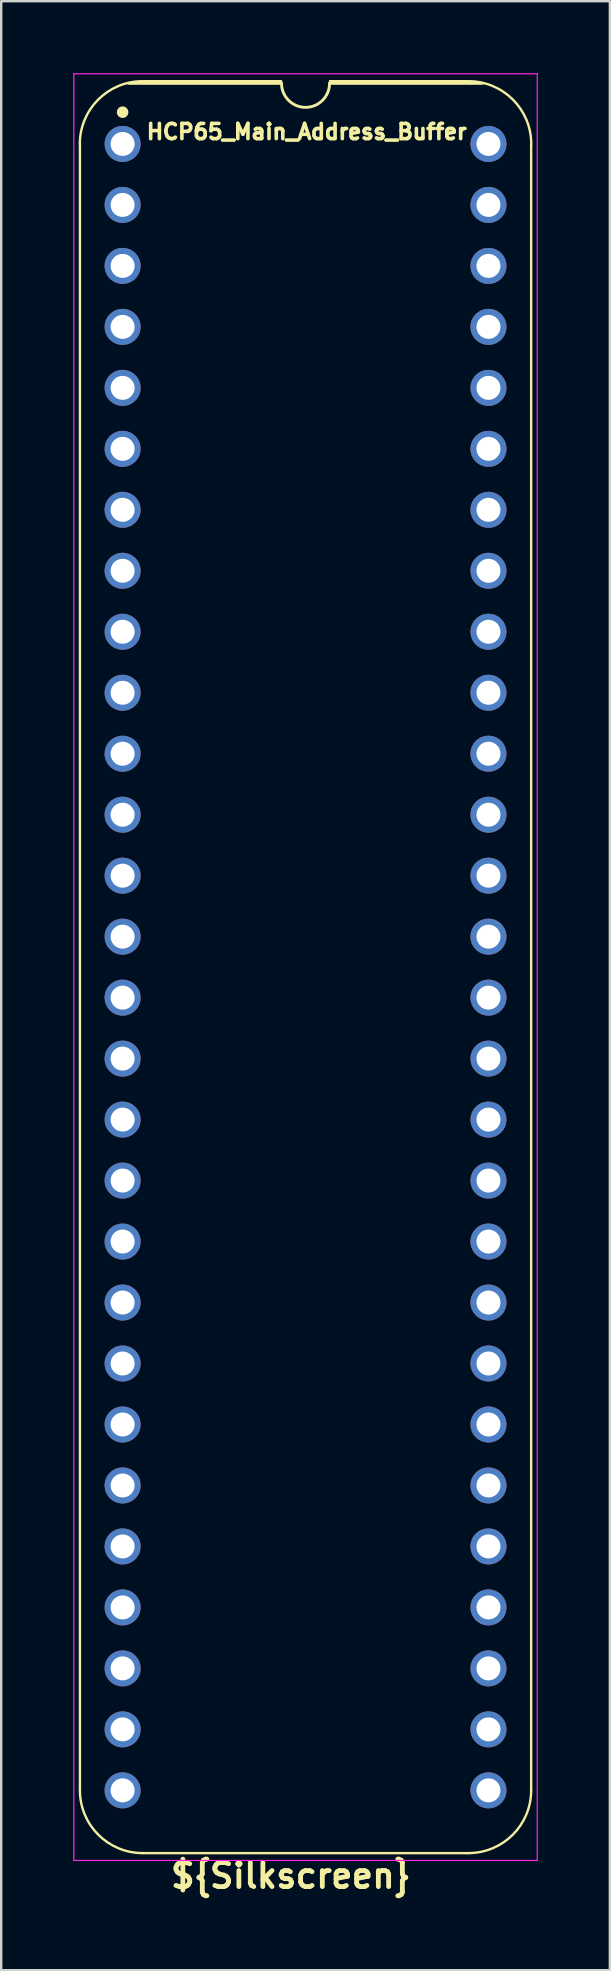
<source format=kicad_pcb>
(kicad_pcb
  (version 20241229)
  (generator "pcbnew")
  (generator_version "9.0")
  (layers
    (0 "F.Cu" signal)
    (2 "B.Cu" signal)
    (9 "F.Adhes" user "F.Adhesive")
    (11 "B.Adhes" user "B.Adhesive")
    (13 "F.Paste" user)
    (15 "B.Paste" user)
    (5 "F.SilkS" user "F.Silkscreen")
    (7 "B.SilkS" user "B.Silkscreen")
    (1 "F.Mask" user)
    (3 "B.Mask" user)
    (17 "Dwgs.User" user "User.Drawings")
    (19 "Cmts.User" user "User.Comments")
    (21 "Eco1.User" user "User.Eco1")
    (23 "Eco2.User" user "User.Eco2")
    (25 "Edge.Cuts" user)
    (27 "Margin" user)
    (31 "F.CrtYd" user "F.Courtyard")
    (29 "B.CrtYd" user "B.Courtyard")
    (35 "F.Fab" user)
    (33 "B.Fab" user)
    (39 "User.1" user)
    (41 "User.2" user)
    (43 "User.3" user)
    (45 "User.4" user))
  (footprint "HCP65_Main_Address_Buffer"
    (layer "F.Cu")
    (at 2.057 2.946)
    (property "Reference" "HCP65_Main_Address_Buffer" (at 7.671 -0.508 0) (layer "F.SilkS") (effects (font (size 0.635 0.635) (thickness 0.15))))
    (property "Silkscreen" "${Silkscreen}" (at 7.01 72.136 0) (layer "F.SilkS") (effects (font (size 1 1) (thickness 0.2))))
    (attr through_hole)
    (fp_line (start -1.778 68.58) (end -1.778 0) (stroke (width 0.1) (type solid)) (layer "F.SilkS"))
    (fp_line (start 0.832 -2.614) (end 6.604 -2.614) (stroke (width 0.1) (type solid)) (layer "F.SilkS"))
    (fp_line (start 6.62 -2.524) (end 0.254 -2.524) (stroke (width 0.12) (type solid)) (layer "F.SilkS"))
    (fp_line (start 8.636 -2.614) (end 14.408 -2.614) (stroke (width 0.1) (type solid)) (layer "F.SilkS"))
    (fp_line (start 14.404 71.194) (end 0.836 71.194) (stroke (width 0.1) (type solid)) (layer "F.SilkS"))
    (fp_line (start 14.986 -2.524) (end 8.62 -2.524) (stroke (width 0.12) (type solid)) (layer "F.SilkS"))
    (fp_line (start 17.018 68.58) (end 17.018 -0.000001) (stroke (width 0.1) (type solid)) (layer "F.SilkS"))
    (fp_arc (start -1.781544 0) (mid -1.016 -1.848188) (end 0.832188 -2.613732) (stroke (width 0.1) (type solid)) (layer "F.SilkS"))
    (fp_arc (start 0.835733 71.193733) (mid -1.012456 70.428189) (end -1.778 68.58) (stroke (width 0.1) (type solid)) (layer "F.SilkS"))
    (fp_arc (start 8.62 -2.524) (mid 7.62 -1.524) (end 6.62 -2.524) (stroke (width 0.12) (type solid)) (layer "F.SilkS"))
    (fp_arc (start 14.407812 -2.613732) (mid 16.256 -1.848188) (end 17.021544 0) (stroke (width 0.1) (type solid)) (layer "F.SilkS"))
    (fp_arc (start 17.018 68.58) (mid 16.252455 70.428187) (end 14.404268 71.193732) (stroke (width 0.1) (type solid)) (layer "F.SilkS"))
    (fp_circle (center 0 -1.323) (end 0.18 -1.323) (stroke (width 0.12) (type solid)) (fill yes) (layer "F.SilkS"))
    (fp_line (start -2.032 -2.921) (end -2.032 71.501) (stroke (width 0.05) (type solid)) (layer "F.CrtYd"))
    (fp_line (start -2.032 -2.921) (end 17.272 -2.921) (stroke (width 0.05) (type solid)) (layer "F.CrtYd"))
    (fp_line (start -2.032 71.501) (end 17.272 71.501) (stroke (width 0.05) (type solid)) (layer "F.CrtYd"))
    (fp_line (start 17.272 -2.921) (end 17.272 71.501) (stroke (width 0.05) (type solid)) (layer "F.CrtYd"))
    (pad "1" thru_hole circle (at 0 0) (size 1.5 1.5) (drill 1) (layers "*.Cu" "*.Mask"))
    (pad "2" thru_hole circle (at 0 2.54) (size 1.5 1.5) (drill 1) (layers "*.Cu" "*.Mask"))
    (pad "3" thru_hole circle (at 0 5.08) (size 1.5 1.5) (drill 1) (layers "*.Cu" "*.Mask"))
    (pad "4" thru_hole circle (at 0 7.62) (size 1.5 1.5) (drill 1) (layers "*.Cu" "*.Mask"))
    (pad "5" thru_hole circle (at 0 10.16) (size 1.5 1.5) (drill 1) (layers "*.Cu" "*.Mask"))
    (pad "6" thru_hole circle (at 0 12.7) (size 1.5 1.5) (drill 1) (layers "*.Cu" "*.Mask"))
    (pad "7" thru_hole circle (at 0 15.24) (size 1.5 1.5) (drill 1) (layers "*.Cu" "*.Mask"))
    (pad "8" thru_hole circle (at 0 17.78) (size 1.5 1.5) (drill 1) (layers "*.Cu" "*.Mask"))
    (pad "9" thru_hole circle (at 0 20.32) (size 1.5 1.5) (drill 1) (layers "*.Cu" "*.Mask"))
    (pad "10" thru_hole circle (at 0 22.86) (size 1.5 1.5) (drill 1) (layers "*.Cu" "*.Mask"))
    (pad "11" thru_hole circle (at 0 25.4) (size 1.5 1.5) (drill 1) (layers "*.Cu" "*.Mask"))
    (pad "12" thru_hole circle (at 0 27.94) (size 1.5 1.5) (drill 1) (layers "*.Cu" "*.Mask"))
    (pad "13" thru_hole circle (at 0 30.48) (size 1.5 1.5) (drill 1) (layers "*.Cu" "*.Mask"))
    (pad "14" thru_hole circle (at 0 33.02) (size 1.5 1.5) (drill 1) (layers "*.Cu" "*.Mask"))
    (pad "15" thru_hole circle (at 0 35.56) (size 1.5 1.5) (drill 1) (layers "*.Cu" "*.Mask"))
    (pad "16" thru_hole circle (at 0 38.1) (size 1.5 1.5) (drill 1) (layers "*.Cu" "*.Mask"))
    (pad "17" thru_hole circle (at 0 40.64) (size 1.5 1.5) (drill 1) (layers "*.Cu" "*.Mask"))
    (pad "18" thru_hole circle (at 0 43.18) (size 1.5 1.5) (drill 1) (layers "*.Cu" "*.Mask"))
    (pad "19" thru_hole circle (at 0 45.72) (size 1.5 1.5) (drill 1) (layers "*.Cu" "*.Mask"))
    (pad "20" thru_hole circle (at 0 48.26) (size 1.5 1.5) (drill 1) (layers "*.Cu" "*.Mask"))
    (pad "21" thru_hole circle (at 0 50.8) (size 1.5 1.5) (drill 1) (layers "*.Cu" "*.Mask"))
    (pad "22" thru_hole circle (at 0 53.34) (size 1.5 1.5) (drill 1) (layers "*.Cu" "*.Mask"))
    (pad "23" thru_hole circle (at 0 55.88) (size 1.5 1.5) (drill 1) (layers "*.Cu" "*.Mask"))
    (pad "24" thru_hole circle (at 0 58.42) (size 1.5 1.5) (drill 1) (layers "*.Cu" "*.Mask"))
    (pad "25" thru_hole circle (at 0 60.96) (size 1.5 1.5) (drill 1) (layers "*.Cu" "*.Mask"))
    (pad "26" thru_hole circle (at 0 63.5) (size 1.5 1.5) (drill 1) (layers "*.Cu" "*.Mask"))
    (pad "27" thru_hole circle (at 0 66.04) (size 1.5 1.5) (drill 1) (layers "*.Cu" "*.Mask"))
    (pad "28" thru_hole circle (at 0 68.58) (size 1.5 1.5) (drill 1) (layers "*.Cu" "*.Mask"))
    (pad "29" thru_hole circle (at 15.24 68.58) (size 1.5 1.5) (drill 1) (layers "*.Cu" "*.Mask"))
    (pad "30" thru_hole circle (at 15.24 66.04) (size 1.5 1.5) (drill 1) (layers "*.Cu" "*.Mask"))
    (pad "31" thru_hole circle (at 15.24 63.5) (size 1.5 1.5) (drill 1) (layers "*.Cu" "*.Mask"))
    (pad "32" thru_hole circle (at 15.24 60.96) (size 1.5 1.5) (drill 1) (layers "*.Cu" "*.Mask"))
    (pad "33" thru_hole circle (at 15.24 58.42) (size 1.5 1.5) (drill 1) (layers "*.Cu" "*.Mask"))
    (pad "34" thru_hole circle (at 15.24 55.88) (size 1.5 1.5) (drill 1) (layers "*.Cu" "*.Mask"))
    (pad "35" thru_hole circle (at 15.24 53.34) (size 1.5 1.5) (drill 1) (layers "*.Cu" "*.Mask"))
    (pad "36" thru_hole circle (at 15.24 50.8) (size 1.5 1.5) (drill 1) (layers "*.Cu" "*.Mask"))
    (pad "37" thru_hole circle (at 15.24 48.26) (size 1.5 1.5) (drill 1) (layers "*.Cu" "*.Mask"))
    (pad "38" thru_hole circle (at 15.24 45.72) (size 1.5 1.5) (drill 1) (layers "*.Cu" "*.Mask"))
    (pad "39" thru_hole circle (at 15.24 43.18) (size 1.5 1.5) (drill 1) (layers "*.Cu" "*.Mask"))
    (pad "40" thru_hole circle (at 15.24 40.64) (size 1.5 1.5) (drill 1) (layers "*.Cu" "*.Mask"))
    (pad "41" thru_hole circle (at 15.24 38.1) (size 1.5 1.5) (drill 1) (layers "*.Cu" "*.Mask"))
    (pad "42" thru_hole circle (at 15.24 35.56) (size 1.5 1.5) (drill 1) (layers "*.Cu" "*.Mask"))
    (pad "43" thru_hole circle (at 15.24 33.02) (size 1.5 1.5) (drill 1) (layers "*.Cu" "*.Mask"))
    (pad "44" thru_hole circle (at 15.24 30.48) (size 1.5 1.5) (drill 1) (layers "*.Cu" "*.Mask"))
    (pad "45" thru_hole circle (at 15.24 27.94) (size 1.5 1.5) (drill 1) (layers "*.Cu" "*.Mask"))
    (pad "46" thru_hole circle (at 15.24 25.4) (size 1.5 1.5) (drill 1) (layers "*.Cu" "*.Mask"))
    (pad "47" thru_hole circle (at 15.24 22.86) (size 1.5 1.5) (drill 1) (layers "*.Cu" "*.Mask"))
    (pad "48" thru_hole circle (at 15.24 20.32) (size 1.5 1.5) (drill 1) (layers "*.Cu" "*.Mask"))
    (pad "49" thru_hole circle (at 15.24 17.78) (size 1.5 1.5) (drill 1) (layers "*.Cu" "*.Mask"))
    (pad "50" thru_hole circle (at 15.24 15.24) (size 1.5 1.5) (drill 1) (layers "*.Cu" "*.Mask"))
    (pad "51" thru_hole circle (at 15.24 12.7) (size 1.5 1.5) (drill 1) (layers "*.Cu" "*.Mask"))
    (pad "52" thru_hole circle (at 15.24 10.16) (size 1.5 1.5) (drill 1) (layers "*.Cu" "*.Mask"))
    (pad "53" thru_hole circle (at 15.24 7.62) (size 1.5 1.5) (drill 1) (layers "*.Cu" "*.Mask"))
    (pad "54" thru_hole circle (at 15.24 5.08) (size 1.5 1.5) (drill 1) (layers "*.Cu" "*.Mask"))
    (pad "55" thru_hole circle (at 15.24 2.54) (size 1.5 1.5) (drill 1) (layers "*.Cu" "*.Mask"))
    (pad "56" thru_hole circle (at 15.24 0) (size 1.5 1.5) (drill 1) (layers "*.Cu" "*.Mask")))
  (gr_rect
    (start -3 -3)
    (end 22.354 79.018)
    (stroke (width 0.1) (type default))
    (fill no)
    (layer "Edge.Cuts")))
</source>
